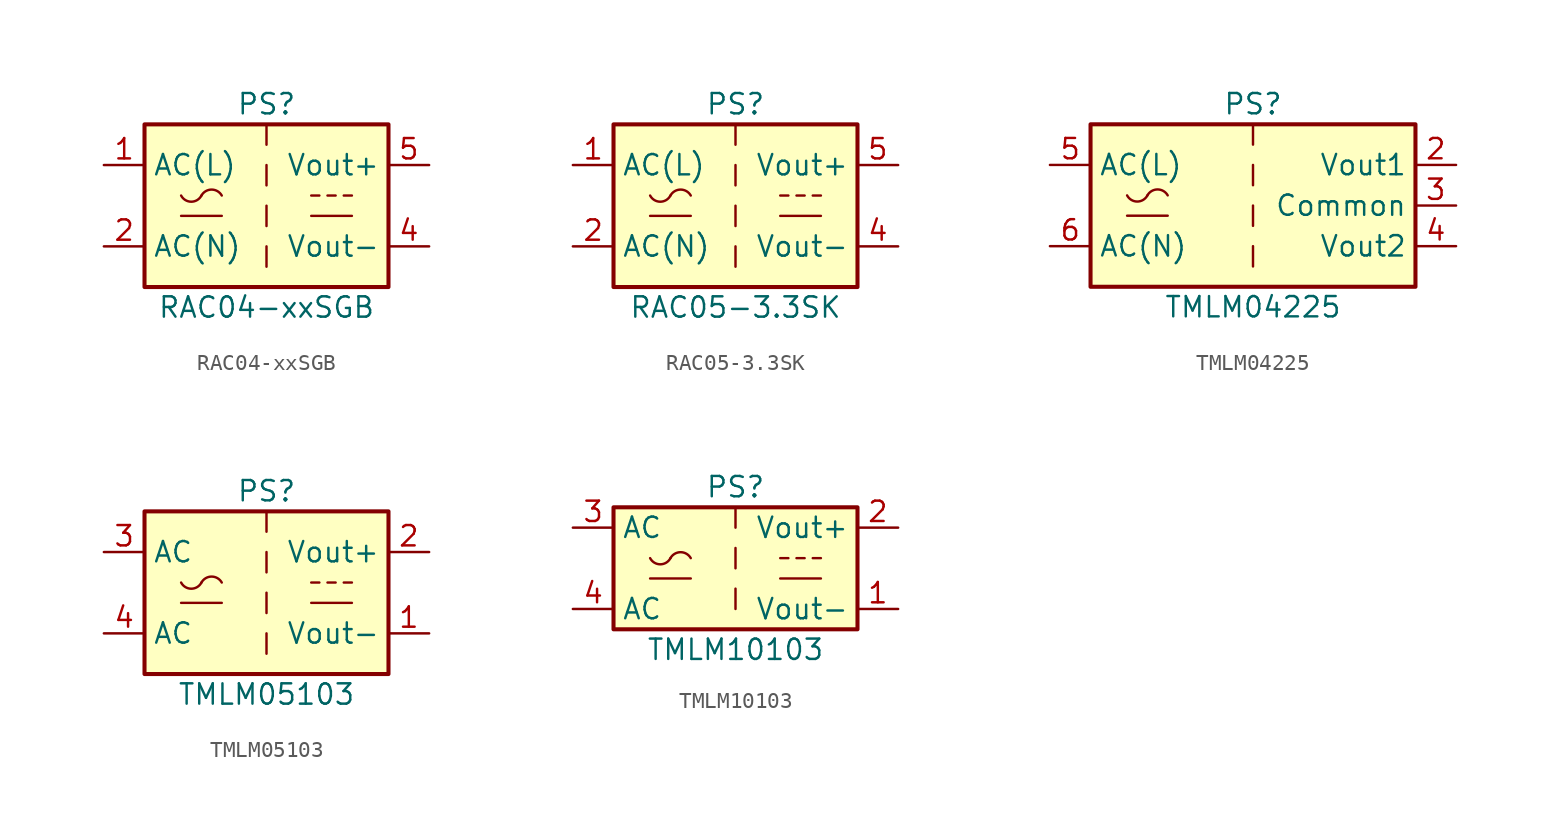
<source format=kicad_sym>
(kicad_symbol_lib
  (version 20201005)
  (generator kicad_symbol_editor)
  (symbol "RAC04-xxSGB"
    (property "Reference" "PS"
      (at 0 6.35 0)
      (effects (font (size 1.27 1.27))))
    (property "Value" "RAC04-xxSGB"
      (at 0 -6.35 0)
      (effects (font (size 1.27 1.27))))
    (symbol "RAC04-xxSGB_1_1"
      (arc (start -5.334 0.635) (end -4.064 0.635) (radius (at -4.699 0.9652) (length 0.7112) (angles -152.5 -27.5)) (stroke (width 0)) (fill (type none)))
      (arc (start -2.794 0.635) (end -4.064 0.635) (radius (at -3.429 0.2794) (length 0.7366) (angles 29.2 150.8)) (stroke (width 0)) (fill (type none)))
      (rectangle (start -7.62 5.08) (end 7.62 -5.08) (stroke (width 0.254)) (fill (type background)))
      (polyline (pts (xy -5.334 -0.635) (xy -2.794 -0.635)) (stroke (width 0)) (fill (type none)))
      (polyline (pts (xy 0 -2.54) (xy 0 -3.81)) (stroke (width 0)) (fill (type none)))
      (polyline (pts (xy 0 0) (xy 0 -1.27)) (stroke (width 0)) (fill (type none)))
      (polyline (pts (xy 0 2.54) (xy 0 1.27)) (stroke (width 0)) (fill (type none)))
      (polyline (pts (xy 0 5.08) (xy 0 3.81)) (stroke (width 0)) (fill (type none)))
      (polyline (pts (xy 2.794 -0.635) (xy 5.334 -0.635)) (stroke (width 0)) (fill (type none)))
      (polyline (pts (xy 2.794 0.635) (xy 3.302 0.635)) (stroke (width 0)) (fill (type none)))
      (polyline (pts (xy 3.81 0.635) (xy 4.318 0.635)) (stroke (width 0)) (fill (type none)))
      (polyline (pts (xy 4.826 0.635) (xy 5.334 0.635)) (stroke (width 0)) (fill (type none)))
      (pin power_in line (at -10.16 2.54 0) (length 2.54) (name "AC(L)" (effects (font (size 1.27 1.27)))) (number "1" (effects (font (size 1.27 1.27)))))
      (pin power_in line (at -10.16 -2.54 0) (length 2.54) (name "AC(N)" (effects (font (size 1.27 1.27)))) (number "2" (effects (font (size 1.27 1.27)))))
      (pin no_connect line (at 7.62 0 180) (length 2.54) hide (name "NC" (effects (font (size 1.27 1.27)))) (number "3" (effects (font (size 1.27 1.27)))))
      (pin power_out line (at 10.16 -2.54 180) (length 2.54) (name "Vout-" (effects (font (size 1.27 1.27)))) (number "4" (effects (font (size 1.27 1.27)))))
      (pin power_out line (at 10.16 2.54 180) (length 2.54) (name "Vout+" (effects (font (size 1.27 1.27)))) (number "5" (effects (font (size 1.27 1.27)))))))
  (symbol "RAC05-3.3SK"
    (property "Reference" "PS"
      (at 0 6.35 0)
      (effects (font (size 1.27 1.27))))
    (property "Value" "RAC05-3.3SK"
      (at 0 -6.35 0)
      (effects (font (size 1.27 1.27))))
    (symbol "RAC05-3.3SK_1_1"
      (arc (start -5.334 0.635) (end -4.064 0.635) (radius (at -4.699 0.9652) (length 0.7112) (angles -152.5 -27.5)) (stroke (width 0)) (fill (type none)))
      (arc (start -2.794 0.635) (end -4.064 0.635) (radius (at -3.429 0.2794) (length 0.7366) (angles 29.2 150.8)) (stroke (width 0)) (fill (type none)))
      (rectangle (start -7.62 5.08) (end 7.62 -5.08) (stroke (width 0.254)) (fill (type background)))
      (polyline (pts (xy -5.334 -0.635) (xy -2.794 -0.635)) (stroke (width 0)) (fill (type none)))
      (polyline (pts (xy 0 -2.54) (xy 0 -3.81)) (stroke (width 0)) (fill (type none)))
      (polyline (pts (xy 0 0) (xy 0 -1.27)) (stroke (width 0)) (fill (type none)))
      (polyline (pts (xy 0 2.54) (xy 0 1.27)) (stroke (width 0)) (fill (type none)))
      (polyline (pts (xy 0 5.08) (xy 0 3.81)) (stroke (width 0)) (fill (type none)))
      (polyline (pts (xy 2.794 -0.635) (xy 5.334 -0.635)) (stroke (width 0)) (fill (type none)))
      (polyline (pts (xy 2.794 0.635) (xy 3.302 0.635)) (stroke (width 0)) (fill (type none)))
      (polyline (pts (xy 3.81 0.635) (xy 4.318 0.635)) (stroke (width 0)) (fill (type none)))
      (polyline (pts (xy 4.826 0.635) (xy 5.334 0.635)) (stroke (width 0)) (fill (type none)))
      (pin power_in line (at -10.16 2.54 0) (length 2.54) (name "AC(L)" (effects (font (size 1.27 1.27)))) (number "1" (effects (font (size 1.27 1.27)))))
      (pin power_in line (at -10.16 -2.54 0) (length 2.54) (name "AC(N)" (effects (font (size 1.27 1.27)))) (number "2" (effects (font (size 1.27 1.27)))))
      (pin no_connect line (at 7.62 0 180) (length 2.54) hide (name "NC" (effects (font (size 1.27 1.27)))) (number "3" (effects (font (size 1.27 1.27)))))
      (pin power_out line (at 10.16 -2.54 180) (length 2.54) (name "Vout-" (effects (font (size 1.27 1.27)))) (number "4" (effects (font (size 1.27 1.27)))))
      (pin power_out line (at 10.16 2.54 180) (length 2.54) (name "Vout+" (effects (font (size 1.27 1.27)))) (number "5" (effects (font (size 1.27 1.27)))))))
  (symbol "TMLM04225"
    (property "Reference" "PS"
      (at 0 6.35 0)
      (effects (font (size 1.27 1.27))))
    (property "Value" "TMLM04225"
      (at 0 -6.35 0)
      (effects (font (size 1.27 1.27))))
    (symbol "TMLM04225_0_1"
      (arc (start -7.874 0.635) (end -6.604 0.635) (radius (at -7.239 0.9652) (length 0.7112) (angles -152.5 -27.5)) (stroke (width 0)) (fill (type none)))
      (arc (start -5.334 0.635) (end -6.604 0.635) (radius (at -5.969 0.2794) (length 0.7366) (angles 29.2 150.8)) (stroke (width 0)) (fill (type none)))
      (rectangle (start -10.16 5.08) (end 10.16 -5.08) (stroke (width 0.254)) (fill (type background)))
      (polyline (pts (xy -7.874 -0.635) (xy -5.334 -0.635)) (stroke (width 0)) (fill (type none)))
      (polyline (pts (xy 0 -2.54) (xy 0 -3.81)) (stroke (width 0)) (fill (type none)))
      (polyline (pts (xy 0 0) (xy 0 -1.27)) (stroke (width 0)) (fill (type none)))
      (polyline (pts (xy 0 2.54) (xy 0 1.27)) (stroke (width 0)) (fill (type none)))
      (polyline (pts (xy 0 5.08) (xy 0 3.81)) (stroke (width 0)) (fill (type none))))
    (symbol "TMLM04225_1_1"
      (pin power_out line (at 12.7 2.54 180) (length 2.54) (name "Vout1" (effects (font (size 1.27 1.27)))) (number "2" (effects (font (size 1.27 1.27)))))
      (pin power_out line (at 12.7 0 180) (length 2.54) (name "Common" (effects (font (size 1.27 1.27)))) (number "3" (effects (font (size 1.27 1.27)))))
      (pin power_out line (at 12.7 -2.54 180) (length 2.54) (name "Vout2" (effects (font (size 1.27 1.27)))) (number "4" (effects (font (size 1.27 1.27)))))
      (pin power_in line (at -12.7 2.54 0) (length 2.54) (name "AC(L)" (effects (font (size 1.27 1.27)))) (number "5" (effects (font (size 1.27 1.27)))))
      (pin power_in line (at -12.7 -2.54 0) (length 2.54) (name "AC(N)" (effects (font (size 1.27 1.27)))) (number "6" (effects (font (size 1.27 1.27)))))))
  (symbol "TMLM05103"
    (property "Reference" "PS"
      (at 0 6.35 0)
      (effects (font (size 1.27 1.27))))
    (property "Value" "TMLM05103"
      (at 0 -6.35 0)
      (effects (font (size 1.27 1.27))))
    (symbol "TMLM05103_0_1"
      (arc (start -5.334 0.635) (end -4.064 0.635) (radius (at -4.699 0.9652) (length 0.7112) (angles -152.5 -27.5)) (stroke (width 0)) (fill (type none)))
      (arc (start -2.794 0.635) (end -4.064 0.635) (radius (at -3.429 0.2794) (length 0.7366) (angles 29.2 150.8)) (stroke (width 0)) (fill (type none)))
      (rectangle (start -7.62 5.08) (end 7.62 -5.08) (stroke (width 0.254)) (fill (type background)))
      (polyline (pts (xy -5.334 -0.635) (xy -2.794 -0.635)) (stroke (width 0)) (fill (type none)))
      (polyline (pts (xy 0 -2.54) (xy 0 -3.81)) (stroke (width 0)) (fill (type none)))
      (polyline (pts (xy 0 0) (xy 0 -1.27)) (stroke (width 0)) (fill (type none)))
      (polyline (pts (xy 0 2.54) (xy 0 1.27)) (stroke (width 0)) (fill (type none)))
      (polyline (pts (xy 0 5.08) (xy 0 3.81)) (stroke (width 0)) (fill (type none)))
      (polyline (pts (xy 2.794 -0.635) (xy 5.334 -0.635)) (stroke (width 0)) (fill (type none)))
      (polyline (pts (xy 2.794 0.635) (xy 3.302 0.635)) (stroke (width 0)) (fill (type none)))
      (polyline (pts (xy 3.81 0.635) (xy 4.318 0.635)) (stroke (width 0)) (fill (type none)))
      (polyline (pts (xy 4.826 0.635) (xy 5.334 0.635)) (stroke (width 0)) (fill (type none))))
    (symbol "TMLM05103_1_1"
      (pin power_out line (at 10.16 -2.54 180) (length 2.54) (name "Vout-" (effects (font (size 1.27 1.27)))) (number "1" (effects (font (size 1.27 1.27)))))
      (pin power_out line (at 10.16 2.54 180) (length 2.54) (name "Vout+" (effects (font (size 1.27 1.27)))) (number "2" (effects (font (size 1.27 1.27)))))
      (pin power_in line (at -10.16 2.54 0) (length 2.54) (name "AC" (effects (font (size 1.27 1.27)))) (number "3" (effects (font (size 1.27 1.27)))))
      (pin power_in line (at -10.16 -2.54 0) (length 2.54) (name "AC" (effects (font (size 1.27 1.27)))) (number "4" (effects (font (size 1.27 1.27)))))))
  (symbol "TMLM10103"
    (property "Reference" "PS"
      (at 0 5.08 0)
      (effects (font (size 1.27 1.27))))
    (property "Value" "TMLM10103"
      (at 0 -5.08 0)
      (effects (font (size 1.27 1.27))))
    (symbol "TMLM10103_0_1"
      (arc (start -5.334 0.635) (end -4.064 0.635) (radius (at -4.699 0.9652) (length 0.7112) (angles -152.5 -27.5)) (stroke (width 0)) (fill (type none)))
      (arc (start -2.794 0.635) (end -4.064 0.635) (radius (at -3.429 0.2794) (length 0.7366) (angles 29.2 150.8)) (stroke (width 0)) (fill (type none)))
      (rectangle (start -7.62 3.81) (end 7.62 -3.81) (stroke (width 0.254)) (fill (type background)))
      (polyline (pts (xy -5.334 -0.635) (xy -2.794 -0.635)) (stroke (width 0)) (fill (type none)))
      (polyline (pts (xy 2.794 -0.635) (xy 5.334 -0.635)) (stroke (width 0)) (fill (type none)))
      (polyline (pts (xy 2.794 0.635) (xy 3.302 0.635)) (stroke (width 0)) (fill (type none)))
      (polyline (pts (xy 3.81 0.635) (xy 4.318 0.635)) (stroke (width 0)) (fill (type none)))
      (polyline (pts (xy 4.826 0.635) (xy 5.334 0.635)) (stroke (width 0)) (fill (type none))))
    (symbol "TMLM10103_1_1"
      (polyline (pts (xy 0 -1.27) (xy 0 -2.54)) (stroke (width 0)) (fill (type none)))
      (polyline (pts (xy 0 1.27) (xy 0 0)) (stroke (width 0)) (fill (type none)))
      (polyline (pts (xy 0 3.81) (xy 0 2.54)) (stroke (width 0)) (fill (type none)))
      (pin power_out line (at 10.16 -2.54 180) (length 2.54) (name "Vout-" (effects (font (size 1.27 1.27)))) (number "1" (effects (font (size 1.27 1.27)))))
      (pin power_out line (at 10.16 2.54 180) (length 2.54) (name "Vout+" (effects (font (size 1.27 1.27)))) (number "2" (effects (font (size 1.27 1.27)))))
      (pin power_in line (at -10.16 2.54 0) (length 2.54) (name "AC" (effects (font (size 1.27 1.27)))) (number "3" (effects (font (size 1.27 1.27)))))
      (pin power_in line (at -10.16 -2.54 0) (length 2.54) (name "AC" (effects (font (size 1.27 1.27)))) (number "4" (effects (font (size 1.27 1.27))))))))
</source>
